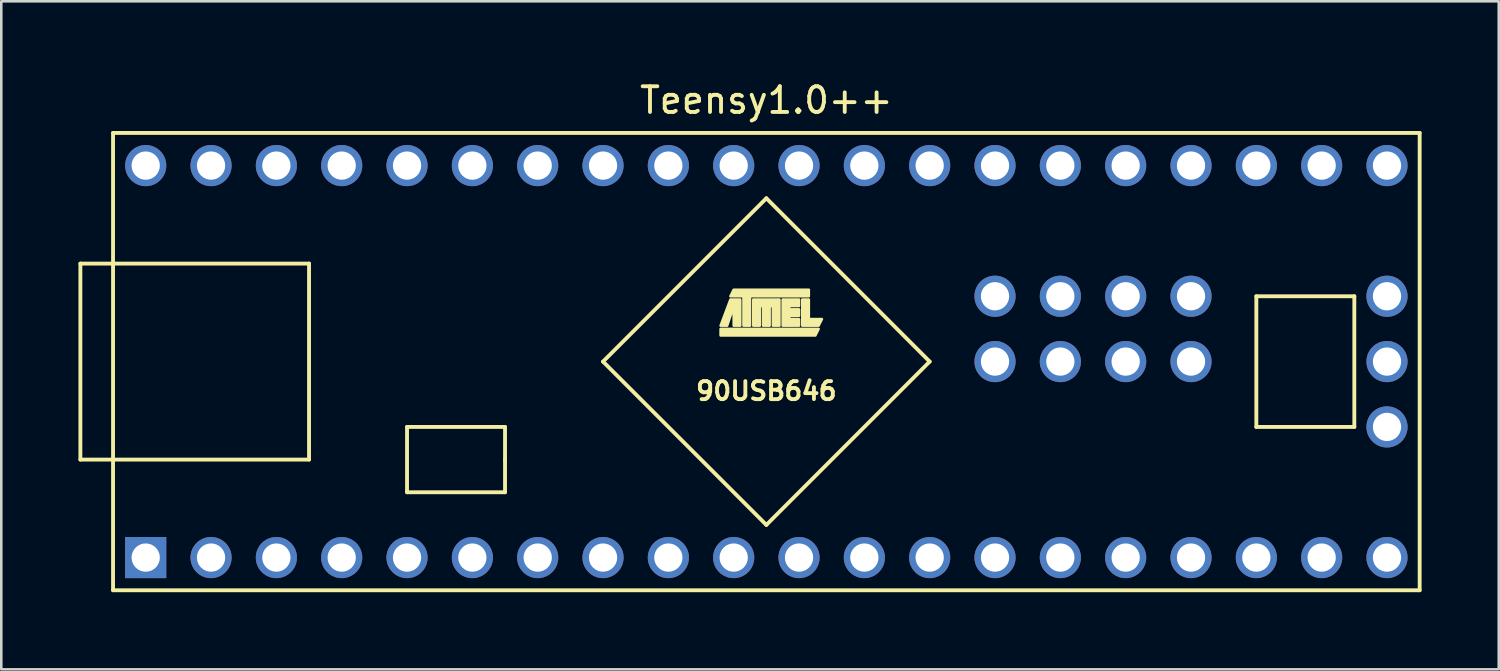
<source format=kicad_pcb>
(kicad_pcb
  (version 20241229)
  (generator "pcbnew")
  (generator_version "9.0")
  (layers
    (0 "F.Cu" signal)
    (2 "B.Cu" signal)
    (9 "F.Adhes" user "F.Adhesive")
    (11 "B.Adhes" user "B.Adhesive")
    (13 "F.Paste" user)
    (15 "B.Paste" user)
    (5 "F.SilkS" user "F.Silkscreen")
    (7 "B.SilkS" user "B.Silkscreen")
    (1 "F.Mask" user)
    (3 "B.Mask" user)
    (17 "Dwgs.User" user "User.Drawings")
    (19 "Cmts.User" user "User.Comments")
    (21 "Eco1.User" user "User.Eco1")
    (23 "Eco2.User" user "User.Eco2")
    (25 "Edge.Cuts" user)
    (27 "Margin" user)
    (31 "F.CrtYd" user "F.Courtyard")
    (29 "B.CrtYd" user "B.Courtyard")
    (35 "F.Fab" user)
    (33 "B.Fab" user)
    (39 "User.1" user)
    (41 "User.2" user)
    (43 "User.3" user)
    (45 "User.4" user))
  (footprint "Teensy1.0++"
    (layer "F.Cu")
    (at 26.745 11.008)
    (property "Reference" "Teensy1.0++" (at 0 -10.16 0) (layer "F.SilkS") (effects (font (size 1 1) (thickness 0.15))))
    (attr through_hole)
    (fp_line (start -26.67 -3.81) (end -26.67 3.81) (stroke (width 0.15) (type solid)) (layer "F.SilkS"))
    (fp_line (start -25.4 -8.89) (end 25.4 -8.89) (stroke (width 0.15) (type solid)) (layer "F.SilkS"))
    (fp_line (start -25.4 8.89) (end -25.4 -8.89) (stroke (width 0.15) (type solid)) (layer "F.SilkS"))
    (fp_line (start -17.78 -3.81) (end -26.67 -3.81) (stroke (width 0.15) (type solid)) (layer "F.SilkS"))
    (fp_line (start -17.78 3.81) (end -26.67 3.81) (stroke (width 0.15) (type solid)) (layer "F.SilkS"))
    (fp_line (start -17.78 3.81) (end -17.78 -3.81) (stroke (width 0.15) (type solid)) (layer "F.SilkS"))
    (fp_line (start -13.97 2.54) (end -13.97 5.08) (stroke (width 0.15) (type solid)) (layer "F.SilkS"))
    (fp_line (start -13.97 5.08) (end -10.16 5.08) (stroke (width 0.15) (type solid)) (layer "F.SilkS"))
    (fp_line (start -10.16 2.54) (end -13.97 2.54) (stroke (width 0.15) (type solid)) (layer "F.SilkS"))
    (fp_line (start -10.16 3.81) (end -10.16 2.54) (stroke (width 0.15) (type solid)) (layer "F.SilkS"))
    (fp_line (start -10.16 5.08) (end -10.16 3.81) (stroke (width 0.15) (type solid)) (layer "F.SilkS"))
    (fp_line (start -6.35 0) (end 0 -6.35) (stroke (width 0.15) (type solid)) (layer "F.SilkS"))
    (fp_line (start 0 -6.35) (end 6.35 0) (stroke (width 0.15) (type solid)) (layer "F.SilkS"))
    (fp_line (start 0 6.35) (end -6.35 0) (stroke (width 0.15) (type solid)) (layer "F.SilkS"))
    (fp_line (start 6.35 0) (end 0 6.35) (stroke (width 0.15) (type solid)) (layer "F.SilkS"))
    (fp_line (start 19.05 -2.54) (end 22.86 -2.54) (stroke (width 0.15) (type solid)) (layer "F.SilkS"))
    (fp_line (start 19.05 2.54) (end 19.05 -2.54) (stroke (width 0.15) (type solid)) (layer "F.SilkS"))
    (fp_line (start 22.86 -2.54) (end 22.86 2.54) (stroke (width 0.15) (type solid)) (layer "F.SilkS"))
    (fp_line (start 22.86 2.54) (end 19.05 2.54) (stroke (width 0.15) (type solid)) (layer "F.SilkS"))
    (fp_line (start 25.4 -8.89) (end 25.4 8.89) (stroke (width 0.15) (type solid)) (layer "F.SilkS"))
    (fp_line (start 25.4 8.89) (end -25.4 8.89) (stroke (width 0.15) (type solid)) (layer "F.SilkS"))
    (fp_poly (pts (xy -1.778 -1.27) (xy 2.032 -1.27) (xy 1.905 -1.016) (xy -1.778 -1.016)) (stroke (width 0.1) (type solid)) (fill yes) (layer "F.SilkS"))
    (fp_poly (pts (xy 1.397 -2.413) (xy 1.397 -1.397) (xy 2.032 -1.397) (xy 2.159 -1.651) (xy 1.651 -1.651) (xy 1.651 -2.413)) (stroke (width 0.1) (type solid)) (fill yes) (layer "F.SilkS"))
    (fp_poly (pts (xy -1.016 -1.397) (xy -1.016 -2.413) (xy -1.397 -2.413) (xy -1.778 -1.397) (xy -1.524 -1.397) (xy -1.27 -2.159) (xy -1.27 -1.397)) (stroke (width 0.1) (type solid)) (fill yes) (layer "F.SilkS"))
    (fp_poly (pts (xy 1.651 -2.54) (xy -0.635 -2.54) (xy -0.635 -1.397) (xy -0.889 -1.397) (xy -0.889 -2.54) (xy -1.397 -2.54) (xy -1.27 -2.794) (xy 1.651 -2.794)) (stroke (width 0.1) (type solid)) (fill yes) (layer "F.SilkS"))
    (fp_poly (pts (xy 0.508 -1.397) (xy 0.508 -2.413) (xy -0.508 -2.413) (xy -0.508 -1.397) (xy -0.254 -1.397) (xy -0.254 -2.159) (xy -0.127 -2.159) (xy -0.127 -1.397) (xy 0.127 -1.397) (xy 0.127 -2.159) (xy 0.254 -2.159) (xy 0.254 -1.397)) (stroke (width 0.1) (type solid)) (fill yes) (layer "F.SilkS"))
    (fp_poly (pts (xy 0.635 -2.413) (xy 1.27 -2.413) (xy 1.27 -2.159) (xy 0.889 -2.159) (xy 0.889 -2.032) (xy 1.27 -2.032) (xy 1.27 -1.778) (xy 0.889 -1.778) (xy 0.889 -1.651) (xy 1.27 -1.651) (xy 1.27 -1.397) (xy 0.635 -1.397)) (stroke (width 0.1) (type solid)) (fill yes) (layer "F.SilkS"))
    (fp_text user "90USB646" (at 0 1.143 0) (layer "F.SilkS") (effects (font (size 0.7 0.7) (thickness 0.15))))
    (pad "1" thru_hole rect (at -24.13 7.62) (size 1.6 1.6) (drill 1.1) (layers "*.Cu" "*.Mask"))
    (pad "2" thru_hole circle (at -21.59 7.62) (size 1.6 1.6) (drill 1.1) (layers "*.Cu" "*.Mask"))
    (pad "3" thru_hole circle (at -19.05 7.62) (size 1.6 1.6) (drill 1.1) (layers "*.Cu" "*.Mask"))
    (pad "4" thru_hole circle (at -16.51 7.62) (size 1.6 1.6) (drill 1.1) (layers "*.Cu" "*.Mask"))
    (pad "5" thru_hole circle (at -13.97 7.62) (size 1.6 1.6) (drill 1.1) (layers "*.Cu" "*.Mask"))
    (pad "6" thru_hole circle (at -11.43 7.62) (size 1.6 1.6) (drill 1.1) (layers "*.Cu" "*.Mask"))
    (pad "7" thru_hole circle (at -8.89 7.62) (size 1.6 1.6) (drill 1.1) (layers "*.Cu" "*.Mask"))
    (pad "8" thru_hole circle (at -6.35 7.62) (size 1.6 1.6) (drill 1.1) (layers "*.Cu" "*.Mask"))
    (pad "9" thru_hole circle (at -3.81 7.62) (size 1.6 1.6) (drill 1.1) (layers "*.Cu" "*.Mask"))
    (pad "10" thru_hole circle (at -1.27 7.62) (size 1.6 1.6) (drill 1.1) (layers "*.Cu" "*.Mask"))
    (pad "11" thru_hole circle (at 1.27 7.62) (size 1.6 1.6) (drill 1.1) (layers "*.Cu" "*.Mask"))
    (pad "12" thru_hole circle (at 3.81 7.62) (size 1.6 1.6) (drill 1.1) (layers "*.Cu" "*.Mask"))
    (pad "14" thru_hole circle (at 8.89 7.62) (size 1.6 1.6) (drill 1.1) (layers "*.Cu" "*.Mask"))
    (pad "15" thru_hole circle (at 11.43 7.62) (size 1.6 1.6) (drill 1.1) (layers "*.Cu" "*.Mask"))
    (pad "16" thru_hole circle (at 13.97 7.62) (size 1.6 1.6) (drill 1.1) (layers "*.Cu" "*.Mask"))
    (pad "17" thru_hole circle (at 16.51 7.62) (size 1.6 1.6) (drill 1.1) (layers "*.Cu" "*.Mask"))
    (pad "18" thru_hole circle (at 19.05 7.62) (size 1.6 1.6) (drill 1.1) (layers "*.Cu" "*.Mask"))
    (pad "19" thru_hole circle (at 6.35 7.62) (size 1.6 1.6) (drill 1.1) (layers "*.Cu" "*.Mask"))
    (pad "19" thru_hole circle (at 21.59 7.62) (size 1.6 1.6) (drill 1.1) (layers "*.Cu" "*.Mask"))
    (pad "20" thru_hole circle (at 24.13 7.62) (size 1.6 1.6) (drill 1.1) (layers "*.Cu" "*.Mask"))
    (pad "21" thru_hole circle (at 24.13 2.54) (size 1.6 1.6) (drill 1.1) (layers "*.Cu" "*.Mask"))
    (pad "22" thru_hole circle (at 24.13 0) (size 1.6 1.6) (drill 1.1) (layers "*.Cu" "*.Mask"))
    (pad "23" thru_hole circle (at 24.13 -2.54) (size 1.6 1.6) (drill 1.1) (layers "*.Cu" "*.Mask"))
    (pad "24" thru_hole circle (at 24.13 -7.62) (size 1.6 1.6) (drill 1.1) (layers "*.Cu" "*.Mask"))
    (pad "25" thru_hole circle (at 21.59 -7.62) (size 1.6 1.6) (drill 1.1) (layers "*.Cu" "*.Mask"))
    (pad "26" thru_hole circle (at 19.05 -7.62) (size 1.6 1.6) (drill 1.1) (layers "*.Cu" "*.Mask"))
    (pad "27" thru_hole circle (at 16.51 -7.62) (size 1.6 1.6) (drill 1.1) (layers "*.Cu" "*.Mask"))
    (pad "28" thru_hole circle (at 13.97 -7.62) (size 1.6 1.6) (drill 1.1) (layers "*.Cu" "*.Mask"))
    (pad "29" thru_hole circle (at 11.43 -7.62) (size 1.6 1.6) (drill 1.1) (layers "*.Cu" "*.Mask"))
    (pad "30" thru_hole circle (at 8.89 -7.62) (size 1.6 1.6) (drill 1.1) (layers "*.Cu" "*.Mask"))
    (pad "31" thru_hole circle (at 6.35 -7.62) (size 1.6 1.6) (drill 1.1) (layers "*.Cu" "*.Mask"))
    (pad "32" thru_hole circle (at 3.81 -7.62) (size 1.6 1.6) (drill 1.1) (layers "*.Cu" "*.Mask"))
    (pad "33" thru_hole circle (at 1.27 -7.62) (size 1.6 1.6) (drill 1.1) (layers "*.Cu" "*.Mask"))
    (pad "34" thru_hole circle (at -1.27 -7.62) (size 1.6 1.6) (drill 1.1) (layers "*.Cu" "*.Mask"))
    (pad "35" thru_hole circle (at -3.81 -7.62) (size 1.6 1.6) (drill 1.1) (layers "*.Cu" "*.Mask"))
    (pad "36" thru_hole circle (at -6.35 -7.62) (size 1.6 1.6) (drill 1.1) (layers "*.Cu" "*.Mask"))
    (pad "37" thru_hole circle (at -8.89 -7.62) (size 1.6 1.6) (drill 1.1) (layers "*.Cu" "*.Mask"))
    (pad "38" thru_hole circle (at -11.43 -7.62) (size 1.6 1.6) (drill 1.1) (layers "*.Cu" "*.Mask"))
    (pad "39" thru_hole circle (at -13.97 -7.62) (size 1.6 1.6) (drill 1.1) (layers "*.Cu" "*.Mask"))
    (pad "40" thru_hole circle (at -16.51 -7.62) (size 1.6 1.6) (drill 1.1) (layers "*.Cu" "*.Mask"))
    (pad "41" thru_hole circle (at -19.05 -7.62) (size 1.6 1.6) (drill 1.1) (layers "*.Cu" "*.Mask"))
    (pad "42" thru_hole circle (at -21.59 -7.62) (size 1.6 1.6) (drill 1.1) (layers "*.Cu" "*.Mask"))
    (pad "43" thru_hole circle (at -24.13 -7.62) (size 1.6 1.6) (drill 1.1) (layers "*.Cu" "*.Mask"))
    (pad "44" thru_hole circle (at 8.89 -2.54) (size 1.6 1.6) (drill 1.1) (layers "*.Cu" "*.Mask"))
    (pad "45" thru_hole circle (at 11.43 -2.54) (size 1.6 1.6) (drill 1.1) (layers "*.Cu" "*.Mask"))
    (pad "46" thru_hole circle (at 13.97 -2.54) (size 1.6 1.6) (drill 1.1) (layers "*.Cu" "*.Mask"))
    (pad "47" thru_hole circle (at 16.51 -2.54) (size 1.6 1.6) (drill 1.1) (layers "*.Cu" "*.Mask"))
    (pad "48" thru_hole circle (at 8.89 0) (size 1.6 1.6) (drill 1.1) (layers "*.Cu" "*.Mask"))
    (pad "49" thru_hole circle (at 11.43 0) (size 1.6 1.6) (drill 1.1) (layers "*.Cu" "*.Mask"))
    (pad "50" thru_hole circle (at 13.97 0) (size 1.6 1.6) (drill 1.1) (layers "*.Cu" "*.Mask"))
    (pad "51" thru_hole circle (at 16.51 0) (size 1.6 1.6) (drill 1.1) (layers "*.Cu" "*.Mask")))
  (gr_rect
    (start -3 -3)
    (end 55.22 22.973)
    (stroke (width 0.1) (type default))
    (fill no)
    (layer "Edge.Cuts")))
</source>
